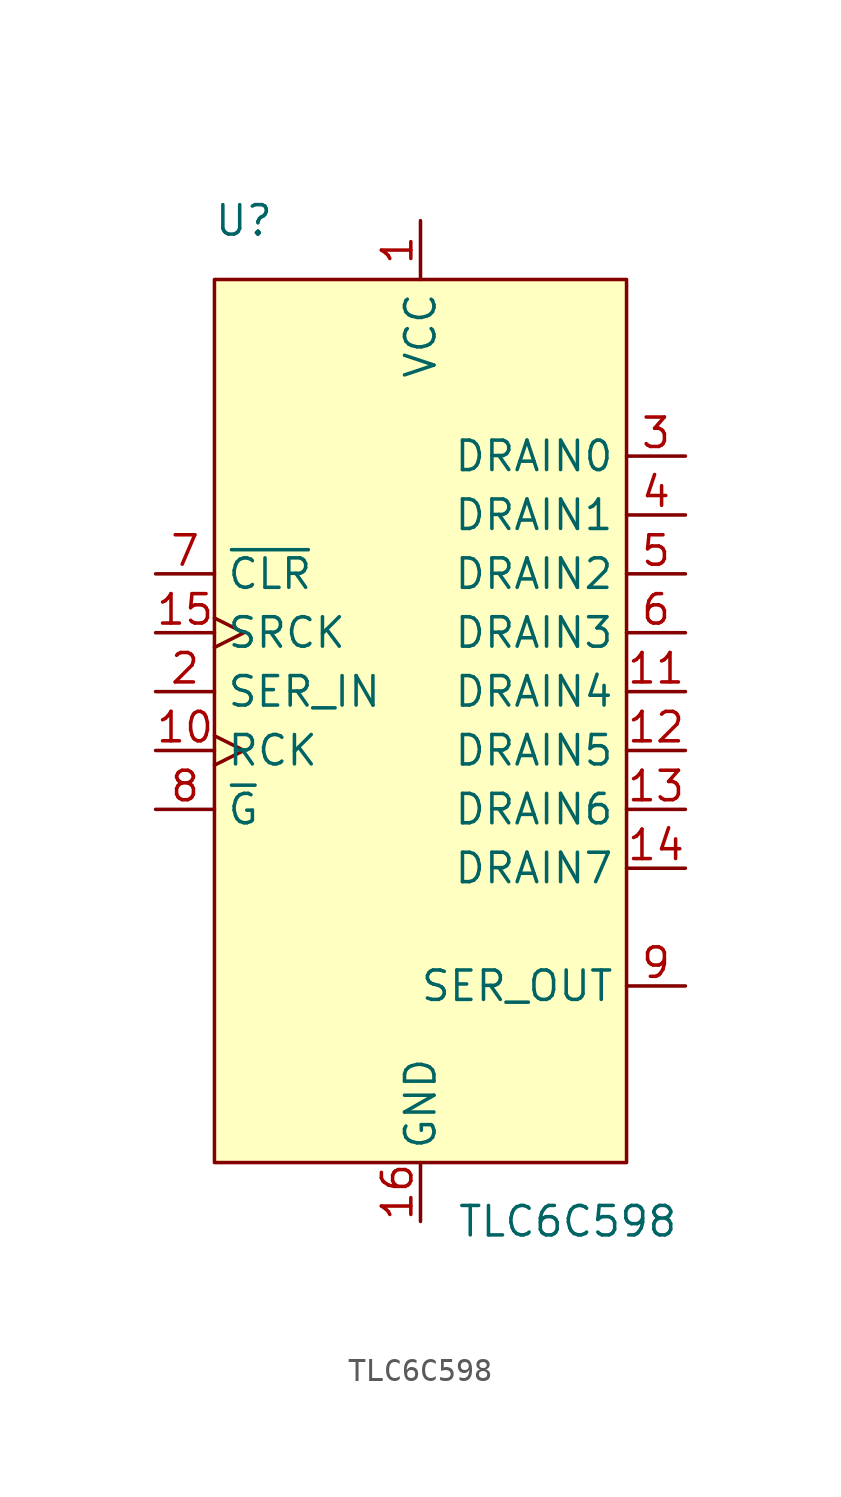
<source format=kicad_sym>
(kicad_symbol_lib
  (version 20211014)
  (generator kicad_symbol_editor)
  (symbol "TLC6C598"
    (property "Reference" "U"
      (at -7.62 20.32 0)
      (effects (font (size 1.27 1.27))))
    (property "Value" "TLC6C598"
      (at 6.35 -22.86 0)
      (effects (font (size 1.27 1.27))))
    (symbol "TLC6C598_0_1"
      (rectangle (start -8.89 17.78) (end 8.89 -20.32) (stroke (width 0.152) (type default) (color 0 0 0 0)) (fill (type background))))
    (symbol "TLC6C598_1_1"
      (pin power_in line (at 0 20.32 270) (length 2.54) (name "VCC" (effects (font (size 1.27 1.27)))) (number "1" (effects (font (size 1.27 1.27)))))
      (pin input clock (at -11.43 -2.54 0) (length 2.54) (name "RCK" (effects (font (size 1.27 1.27)))) (number "10" (effects (font (size 1.27 1.27)))))
      (pin passive line (at 11.43 0 180) (length 2.54) (name "DRAIN4" (effects (font (size 1.27 1.27)))) (number "11" (effects (font (size 1.27 1.27)))))
      (pin passive line (at 11.43 -2.54 180) (length 2.54) (name "DRAIN5" (effects (font (size 1.27 1.27)))) (number "12" (effects (font (size 1.27 1.27)))))
      (pin passive line (at 11.43 -5.08 180) (length 2.54) (name "DRAIN6" (effects (font (size 1.27 1.27)))) (number "13" (effects (font (size 1.27 1.27)))))
      (pin passive line (at 11.43 -7.62 180) (length 2.54) (name "DRAIN7" (effects (font (size 1.27 1.27)))) (number "14" (effects (font (size 1.27 1.27)))))
      (pin input clock (at -11.43 2.54 0) (length 2.54) (name "SRCK" (effects (font (size 1.27 1.27)))) (number "15" (effects (font (size 1.27 1.27)))))
      (pin power_in line (at 0 -22.86 90) (length 2.54) (name "GND" (effects (font (size 1.27 1.27)))) (number "16" (effects (font (size 1.27 1.27)))))
      (pin input line (at -11.43 0 0) (length 2.54) (name "SER_IN" (effects (font (size 1.27 1.27)))) (number "2" (effects (font (size 1.27 1.27)))))
      (pin passive line (at 11.43 10.16 180) (length 2.54) (name "DRAIN0" (effects (font (size 1.27 1.27)))) (number "3" (effects (font (size 1.27 1.27)))))
      (pin passive line (at 11.43 7.62 180) (length 2.54) (name "DRAIN1" (effects (font (size 1.27 1.27)))) (number "4" (effects (font (size 1.27 1.27)))))
      (pin passive line (at 11.43 5.08 180) (length 2.54) (name "DRAIN2" (effects (font (size 1.27 1.27)))) (number "5" (effects (font (size 1.27 1.27)))))
      (pin passive line (at 11.43 2.54 180) (length 2.54) (name "DRAIN3" (effects (font (size 1.27 1.27)))) (number "6" (effects (font (size 1.27 1.27)))))
      (pin input line (at -11.43 5.08 0) (length 2.54) (name "~{CLR}" (effects (font (size 1.27 1.27)))) (number "7" (effects (font (size 1.27 1.27)))))
      (pin input line (at -11.43 -5.08 0) (length 2.54) (name "~{G}" (effects (font (size 1.27 1.27)))) (number "8" (effects (font (size 1.27 1.27)))))
      (pin output line (at 11.43 -12.7 180) (length 2.54) (name "SER_OUT" (effects (font (size 1.27 1.27)))) (number "9" (effects (font (size 1.27 1.27))))))))
</source>
